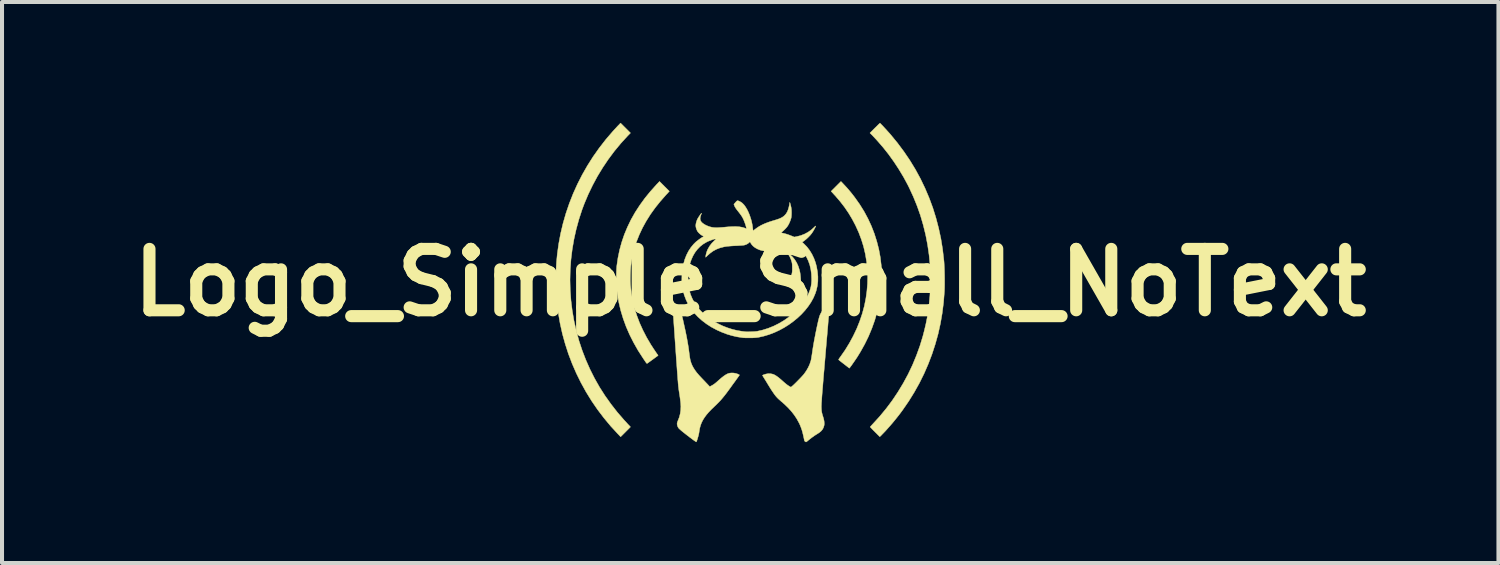
<source format=kicad_pcb>
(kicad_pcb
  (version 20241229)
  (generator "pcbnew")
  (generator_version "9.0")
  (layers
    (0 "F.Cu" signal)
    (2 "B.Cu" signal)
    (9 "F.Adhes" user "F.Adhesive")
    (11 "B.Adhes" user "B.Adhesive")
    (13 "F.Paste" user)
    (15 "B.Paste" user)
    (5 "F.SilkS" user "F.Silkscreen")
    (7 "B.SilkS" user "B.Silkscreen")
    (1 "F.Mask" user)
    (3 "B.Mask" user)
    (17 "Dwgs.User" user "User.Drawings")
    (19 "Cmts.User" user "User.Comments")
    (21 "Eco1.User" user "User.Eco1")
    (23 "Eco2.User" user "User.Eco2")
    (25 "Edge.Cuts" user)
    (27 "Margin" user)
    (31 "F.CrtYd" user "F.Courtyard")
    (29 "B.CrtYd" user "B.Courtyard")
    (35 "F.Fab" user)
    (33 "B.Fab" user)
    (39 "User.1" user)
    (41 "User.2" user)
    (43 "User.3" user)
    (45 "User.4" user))
  (footprint "Logo_Simple_Small_NoText"
    (layer "F.Cu")
    (at 15.574 3.963)
    (property "Reference" "Logo_Simple_Small_NoText" (at 0 0 0) (layer "F.SilkS") (effects (font (size 1.524 1.524) (thickness 0.3))))
    (attr through_hole)
    (fp_poly (pts (xy 0.937 -0.732) (xy 0.954 -0.721) (xy 0.976 -0.704) (xy 1 -0.683) (xy 1.026 -0.659) (xy 1.049 -0.636) (xy 1.054 -0.631) (xy 1.107 -0.565) (xy 1.153 -0.49) (xy 1.191 -0.407) (xy 1.22 -0.316) (xy 1.229 -0.28) (xy 1.237 -0.241) (xy 1.243 -0.198) (xy 1.248 -0.152) (xy 1.252 -0.106) (xy 1.254 -0.061) (xy 1.255 -0.019) (xy 1.254 0.017) (xy 1.251 0.047) (xy 1.247 0.067) (xy 1.242 0.076) (xy 1.234 0.076) (xy 1.223 0.068) (xy 1.21 0.053) (xy 1.171 0.014) (xy 1.127 -0.015) (xy 1.077 -0.033) (xy 1.02 -0.041) (xy 1.006 -0.041) (xy 0.978 -0.042) (xy 0.96 -0.045) (xy 0.95 -0.048) (xy 0.947 -0.052) (xy 0.95 -0.061) (xy 0.959 -0.077) (xy 0.972 -0.099) (xy 0.986 -0.122) (xy 1.005 -0.152) (xy 1.02 -0.179) (xy 1.03 -0.206) (xy 1.037 -0.235) (xy 1.042 -0.269) (xy 1.044 -0.31) (xy 1.044 -0.361) (xy 1.044 -0.368) (xy 1.043 -0.411) (xy 1.042 -0.445) (xy 1.039 -0.472) (xy 1.035 -0.496) (xy 1.029 -0.518) (xy 1.009 -0.579) (xy 0.981 -0.641) (xy 0.948 -0.697) (xy 0.946 -0.7) (xy 0.934 -0.718) (xy 0.927 -0.731) (xy 0.926 -0.737) (xy 0.926 -0.737) (xy 0.937 -0.732)) (stroke (width 0.01) (type solid)) (fill yes) (layer "F.SilkS"))
    (fp_poly (pts (xy -3.096 -3.835) (xy -2.973 -3.712) (xy -3.044 -3.639) (xy -3.212 -3.455) (xy -3.371 -3.263) (xy -3.521 -3.062) (xy -3.661 -2.854) (xy -3.792 -2.639) (xy -3.911 -2.418) (xy -4.02 -2.192) (xy -4.118 -1.96) (xy -4.175 -1.808) (xy -4.254 -1.565) (xy -4.321 -1.32) (xy -4.376 -1.072) (xy -4.419 -0.822) (xy -4.45 -0.57) (xy -4.468 -0.318) (xy -4.474 -0.064) (xy -4.468 0.189) (xy -4.45 0.442) (xy -4.419 0.694) (xy -4.376 0.945) (xy -4.32 1.194) (xy -4.253 1.44) (xy -4.252 1.444) (xy -4.172 1.686) (xy -4.081 1.922) (xy -3.979 2.152) (xy -3.866 2.377) (xy -3.742 2.596) (xy -3.606 2.809) (xy -3.459 3.016) (xy -3.301 3.219) (xy -3.13 3.416) (xy -3.05 3.503) (xy -2.973 3.585) (xy -3.095 3.708) (xy -3.217 3.83) (xy -3.283 3.761) (xy -3.463 3.566) (xy -3.631 3.364) (xy -3.79 3.155) (xy -3.938 2.939) (xy -4.075 2.717) (xy -4.201 2.489) (xy -4.316 2.256) (xy -4.42 2.017) (xy -4.513 1.773) (xy -4.593 1.525) (xy -4.663 1.273) (xy -4.72 1.016) (xy -4.765 0.756) (xy -4.799 0.493) (xy -4.803 0.445) (xy -4.817 0.262) (xy -4.824 0.073) (xy -4.825 -0.121) (xy -4.82 -0.316) (xy -4.809 -0.508) (xy -4.791 -0.694) (xy -4.791 -0.699) (xy -4.755 -0.958) (xy -4.707 -1.215) (xy -4.647 -1.468) (xy -4.575 -1.718) (xy -4.491 -1.964) (xy -4.396 -2.206) (xy -4.289 -2.443) (xy -4.171 -2.675) (xy -4.042 -2.901) (xy -3.902 -3.122) (xy -3.751 -3.336) (xy -3.59 -3.544) (xy -3.418 -3.745) (xy -3.291 -3.883) (xy -3.219 -3.958) (xy -3.096 -3.835)) (stroke (width 0.01) (type solid)) (fill yes) (layer "F.SilkS"))
    (fp_poly (pts (xy 2.318 -2.44) (xy 2.376 -2.378) (xy 2.438 -2.308) (xy 2.5 -2.234) (xy 2.56 -2.158) (xy 2.596 -2.111) (xy 2.717 -1.94) (xy 2.826 -1.765) (xy 2.923 -1.584) (xy 3.008 -1.4) (xy 3.081 -1.212) (xy 3.142 -1.019) (xy 3.192 -0.824) (xy 3.229 -0.624) (xy 3.253 -0.422) (xy 3.257 -0.375) (xy 3.26 -0.33) (xy 3.262 -0.276) (xy 3.263 -0.215) (xy 3.264 -0.151) (xy 3.263 -0.085) (xy 3.263 -0.022) (xy 3.261 0.036) (xy 3.259 0.085) (xy 3.257 0.108) (xy 3.234 0.318) (xy 3.199 0.526) (xy 3.151 0.732) (xy 3.091 0.937) (xy 3.019 1.139) (xy 2.936 1.338) (xy 2.84 1.534) (xy 2.733 1.725) (xy 2.66 1.844) (xy 2.639 1.876) (xy 2.613 1.914) (xy 2.586 1.954) (xy 2.558 1.994) (xy 2.531 2.033) (xy 2.506 2.068) (xy 2.485 2.096) (xy 2.472 2.113) (xy 2.461 2.127) (xy 2.337 2.031) (xy 2.302 2.004) (xy 2.27 1.979) (xy 2.242 1.957) (xy 2.22 1.94) (xy 2.206 1.928) (xy 2.201 1.924) (xy 2.196 1.919) (xy 2.195 1.914) (xy 2.197 1.906) (xy 2.204 1.894) (xy 2.216 1.876) (xy 2.235 1.85) (xy 2.24 1.843) (xy 2.355 1.678) (xy 2.461 1.505) (xy 2.557 1.328) (xy 2.643 1.147) (xy 2.717 0.963) (xy 2.78 0.777) (xy 2.831 0.59) (xy 2.836 0.568) (xy 2.871 0.392) (xy 2.896 0.212) (xy 2.911 0.03) (xy 2.915 -0.152) (xy 2.908 -0.331) (xy 2.89 -0.506) (xy 2.888 -0.521) (xy 2.857 -0.708) (xy 2.814 -0.891) (xy 2.759 -1.068) (xy 2.693 -1.243) (xy 2.614 -1.417) (xy 2.613 -1.419) (xy 2.53 -1.576) (xy 2.44 -1.726) (xy 2.341 -1.871) (xy 2.232 -2.012) (xy 2.112 -2.152) (xy 2.073 -2.194) (xy 2.008 -2.265) (xy 2.13 -2.387) (xy 2.252 -2.509) (xy 2.318 -2.44)) (stroke (width 0.01) (type solid)) (fill yes) (layer "F.SilkS"))
    (fp_poly (pts (xy -2.13 -2.387) (xy -2.008 -2.265) (xy -2.091 -2.175) (xy -2.232 -2.015) (xy -2.361 -1.854) (xy -2.478 -1.691) (xy -2.582 -1.525) (xy -2.674 -1.358) (xy -2.754 -1.188) (xy -2.822 -1.016) (xy -2.878 -0.841) (xy -2.922 -0.664) (xy -2.954 -0.483) (xy -2.963 -0.416) (xy -2.967 -0.367) (xy -2.971 -0.308) (xy -2.974 -0.242) (xy -2.976 -0.173) (xy -2.977 -0.105) (xy -2.977 -0.039) (xy -2.975 0.021) (xy -2.972 0.07) (xy -2.952 0.258) (xy -2.919 0.445) (xy -2.874 0.631) (xy -2.817 0.815) (xy -2.748 0.999) (xy -2.666 1.181) (xy -2.572 1.363) (xy -2.465 1.545) (xy -2.392 1.657) (xy -2.37 1.689) (xy -2.349 1.721) (xy -2.33 1.749) (xy -2.315 1.77) (xy -2.31 1.777) (xy -2.297 1.794) (xy -2.289 1.807) (xy -2.287 1.812) (xy -2.293 1.816) (xy -2.307 1.827) (xy -2.329 1.843) (xy -2.357 1.863) (xy -2.389 1.887) (xy -2.422 1.911) (xy -2.458 1.937) (xy -2.491 1.961) (xy -2.519 1.981) (xy -2.541 1.997) (xy -2.556 2.007) (xy -2.561 2.01) (xy -2.57 2.007) (xy -2.579 1.998) (xy -2.585 1.989) (xy -2.598 1.971) (xy -2.615 1.946) (xy -2.635 1.916) (xy -2.658 1.883) (xy -2.662 1.876) (xy -2.786 1.684) (xy -2.896 1.49) (xy -2.995 1.294) (xy -3.081 1.096) (xy -3.154 0.896) (xy -3.215 0.694) (xy -3.263 0.491) (xy -3.298 0.285) (xy -3.312 0.175) (xy -3.317 0.123) (xy -3.32 0.062) (xy -3.322 -0.005) (xy -3.324 -0.077) (xy -3.324 -0.15) (xy -3.323 -0.222) (xy -3.321 -0.29) (xy -3.318 -0.351) (xy -3.314 -0.402) (xy -3.313 -0.41) (xy -3.284 -0.61) (xy -3.243 -0.808) (xy -3.19 -1.001) (xy -3.125 -1.192) (xy -3.047 -1.379) (xy -2.958 -1.563) (xy -2.856 -1.743) (xy -2.741 -1.92) (xy -2.615 -2.094) (xy -2.476 -2.264) (xy -2.332 -2.425) (xy -2.252 -2.509) (xy -2.13 -2.387)) (stroke (width 0.01) (type solid)) (fill yes) (layer "F.SilkS"))
    (fp_poly (pts (xy 3.226 -3.952) (xy 3.239 -3.939) (xy 3.258 -3.919) (xy 3.283 -3.894) (xy 3.31 -3.865) (xy 3.34 -3.832) (xy 3.372 -3.798) (xy 3.403 -3.763) (xy 3.434 -3.729) (xy 3.462 -3.698) (xy 3.486 -3.67) (xy 3.656 -3.463) (xy 3.815 -3.25) (xy 3.963 -3.032) (xy 4.1 -2.807) (xy 4.225 -2.578) (xy 4.338 -2.343) (xy 4.44 -2.103) (xy 4.531 -1.858) (xy 4.609 -1.608) (xy 4.676 -1.353) (xy 4.732 -1.094) (xy 4.775 -0.83) (xy 4.806 -0.562) (xy 4.811 -0.514) (xy 4.814 -0.464) (xy 4.817 -0.404) (xy 4.82 -0.335) (xy 4.822 -0.261) (xy 4.824 -0.183) (xy 4.825 -0.103) (xy 4.825 -0.025) (xy 4.825 0.05) (xy 4.824 0.12) (xy 4.822 0.182) (xy 4.82 0.229) (xy 4.799 0.496) (xy 4.766 0.759) (xy 4.721 1.019) (xy 4.664 1.276) (xy 4.594 1.528) (xy 4.513 1.777) (xy 4.42 2.021) (xy 4.316 2.26) (xy 4.2 2.495) (xy 4.072 2.724) (xy 3.933 2.948) (xy 3.783 3.166) (xy 3.696 3.283) (xy 3.647 3.345) (xy 3.594 3.411) (xy 3.538 3.479) (xy 3.48 3.547) (xy 3.422 3.612) (xy 3.367 3.674) (xy 3.315 3.729) (xy 3.269 3.776) (xy 3.263 3.783) (xy 3.216 3.829) (xy 3.097 3.71) (xy 3.065 3.678) (xy 3.037 3.649) (xy 3.013 3.624) (xy 2.994 3.604) (xy 2.982 3.591) (xy 2.978 3.585) (xy 2.982 3.579) (xy 2.994 3.565) (xy 3.011 3.546) (xy 3.032 3.524) (xy 3.038 3.517) (xy 3.211 3.328) (xy 3.373 3.132) (xy 3.526 2.928) (xy 3.667 2.717) (xy 3.798 2.5) (xy 3.919 2.277) (xy 4.028 2.048) (xy 4.125 1.813) (xy 4.212 1.574) (xy 4.286 1.331) (xy 4.325 1.18) (xy 4.36 1.031) (xy 4.39 0.882) (xy 4.415 0.73) (xy 4.437 0.572) (xy 4.455 0.407) (xy 4.465 0.289) (xy 4.468 0.252) (xy 4.469 0.205) (xy 4.471 0.149) (xy 4.472 0.086) (xy 4.473 0.019) (xy 4.473 -0.051) (xy 4.473 -0.121) (xy 4.472 -0.189) (xy 4.471 -0.254) (xy 4.47 -0.314) (xy 4.468 -0.366) (xy 4.466 -0.408) (xy 4.465 -0.419) (xy 4.44 -0.679) (xy 4.403 -0.934) (xy 4.355 -1.183) (xy 4.295 -1.426) (xy 4.225 -1.666) (xy 4.142 -1.901) (xy 4.048 -2.132) (xy 3.942 -2.361) (xy 3.913 -2.419) (xy 3.807 -2.616) (xy 3.691 -2.809) (xy 3.567 -2.998) (xy 3.435 -3.182) (xy 3.296 -3.357) (xy 3.152 -3.523) (xy 3.05 -3.633) (xy 2.972 -3.712) (xy 3.094 -3.834) (xy 3.127 -3.866) (xy 3.156 -3.895) (xy 3.181 -3.92) (xy 3.201 -3.939) (xy 3.215 -3.951) (xy 3.22 -3.956) (xy 3.221 -3.956) (xy 3.226 -3.952)) (stroke (width 0.01) (type solid)) (fill yes) (layer "F.SilkS"))
    (fp_poly (pts (xy 1.849 0.618) (xy 1.867 0.622) (xy 1.889 0.628) (xy 1.912 0.635) (xy 1.935 0.642) (xy 1.952 0.647) (xy 1.96 0.65) (xy 1.961 0.651) (xy 1.961 0.657) (xy 1.96 0.676) (xy 1.958 0.705) (xy 1.954 0.745) (xy 1.951 0.795) (xy 1.946 0.853) (xy 1.94 0.919) (xy 1.934 0.992) (xy 1.928 1.072) (xy 1.92 1.157) (xy 1.913 1.247) (xy 1.905 1.341) (xy 1.899 1.402) (xy 1.884 1.579) (xy 1.87 1.744) (xy 1.857 1.897) (xy 1.845 2.038) (xy 1.834 2.169) (xy 1.823 2.289) (xy 1.814 2.398) (xy 1.806 2.498) (xy 1.799 2.589) (xy 1.792 2.671) (xy 1.786 2.744) (xy 1.781 2.809) (xy 1.777 2.866) (xy 1.774 2.916) (xy 1.771 2.959) (xy 1.768 2.996) (xy 1.767 3.026) (xy 1.766 3.051) (xy 1.765 3.071) (xy 1.765 3.078) (xy 1.767 3.138) (xy 1.771 3.191) (xy 1.78 3.24) (xy 1.793 3.289) (xy 1.803 3.319) (xy 1.822 3.382) (xy 1.834 3.441) (xy 1.838 3.494) (xy 1.836 3.539) (xy 1.836 3.539) (xy 1.821 3.593) (xy 1.797 3.642) (xy 1.762 3.685) (xy 1.715 3.725) (xy 1.667 3.756) (xy 1.6 3.798) (xy 1.527 3.85) (xy 1.457 3.905) (xy 1.43 3.928) (xy 1.411 3.943) (xy 1.398 3.953) (xy 1.389 3.957) (xy 1.382 3.958) (xy 1.376 3.955) (xy 1.368 3.95) (xy 1.367 3.95) (xy 1.352 3.938) (xy 1.344 3.924) (xy 1.344 3.923) (xy 1.328 3.843) (xy 1.312 3.773) (xy 1.297 3.712) (xy 1.281 3.657) (xy 1.263 3.606) (xy 1.244 3.557) (xy 1.222 3.507) (xy 1.21 3.483) (xy 1.157 3.386) (xy 1.095 3.292) (xy 1.024 3.201) (xy 0.943 3.111) (xy 0.851 3.022) (xy 0.762 2.945) (xy 0.729 2.916) (xy 0.698 2.888) (xy 0.669 2.859) (xy 0.641 2.828) (xy 0.613 2.793) (xy 0.584 2.753) (xy 0.553 2.708) (xy 0.518 2.655) (xy 0.48 2.594) (xy 0.437 2.524) (xy 0.426 2.505) (xy 0.402 2.466) (xy 0.379 2.428) (xy 0.358 2.395) (xy 0.341 2.367) (xy 0.329 2.348) (xy 0.323 2.339) (xy 0.313 2.322) (xy 0.306 2.31) (xy 0.305 2.306) (xy 0.311 2.3) (xy 0.327 2.292) (xy 0.353 2.283) (xy 0.385 2.273) (xy 0.4 2.27) (xy 0.449 2.262) (xy 0.501 2.263) (xy 0.552 2.273) (xy 0.573 2.279) (xy 0.611 2.297) (xy 0.652 2.322) (xy 0.699 2.356) (xy 0.751 2.399) (xy 0.784 2.428) (xy 0.837 2.475) (xy 0.882 2.513) (xy 0.92 2.543) (xy 0.954 2.566) (xy 0.98 2.582) (xy 1.01 2.598) (xy 1.04 2.574) (xy 1.062 2.555) (xy 1.091 2.528) (xy 1.124 2.496) (xy 1.161 2.459) (xy 1.198 2.421) (xy 1.235 2.383) (xy 1.27 2.346) (xy 1.301 2.312) (xy 1.326 2.284) (xy 1.343 2.262) (xy 1.344 2.261) (xy 1.399 2.181) (xy 1.443 2.103) (xy 1.478 2.024) (xy 1.505 1.943) (xy 1.51 1.921) (xy 1.516 1.89) (xy 1.522 1.853) (xy 1.529 1.812) (xy 1.534 1.779) (xy 1.557 1.624) (xy 1.585 1.46) (xy 1.618 1.288) (xy 1.626 1.248) (xy 1.644 1.16) (xy 1.66 1.083) (xy 1.675 1.017) (xy 1.687 0.961) (xy 1.699 0.914) (xy 1.709 0.875) (xy 1.718 0.844) (xy 1.727 0.818) (xy 1.735 0.798) (xy 1.737 0.794) (xy 1.749 0.771) (xy 1.763 0.743) (xy 1.779 0.714) (xy 1.796 0.686) (xy 1.811 0.659) (xy 1.825 0.637) (xy 1.835 0.622) (xy 1.84 0.616) (xy 1.841 0.616) (xy 1.849 0.618)) (stroke (width 0.01) (type solid)) (fill yes) (layer "F.SilkS"))
    (fp_poly (pts (xy -1.809 0.604) (xy -1.801 0.619) (xy -1.788 0.64) (xy -1.774 0.666) (xy -1.773 0.667) (xy -1.752 0.703) (xy -1.735 0.735) (xy -1.721 0.763) (xy -1.709 0.791) (xy -1.699 0.821) (xy -1.689 0.854) (xy -1.678 0.894) (xy -1.667 0.942) (xy -1.657 0.989) (xy -1.632 1.101) (xy -1.61 1.202) (xy -1.591 1.295) (xy -1.574 1.38) (xy -1.56 1.459) (xy -1.547 1.533) (xy -1.535 1.605) (xy -1.525 1.676) (xy -1.516 1.748) (xy -1.515 1.756) (xy -1.509 1.799) (xy -1.503 1.842) (xy -1.497 1.88) (xy -1.491 1.912) (xy -1.486 1.935) (xy -1.485 1.937) (xy -1.466 2) (xy -1.441 2.06) (xy -1.41 2.118) (xy -1.372 2.177) (xy -1.327 2.238) (xy -1.272 2.302) (xy -1.216 2.362) (xy -1.184 2.396) (xy -1.148 2.433) (xy -1.113 2.47) (xy -1.081 2.504) (xy -1.072 2.513) (xy -1.005 2.585) (xy -0.962 2.562) (xy -0.938 2.549) (xy -0.916 2.535) (xy -0.892 2.519) (xy -0.867 2.5) (xy -0.837 2.475) (xy -0.801 2.443) (xy -0.772 2.417) (xy -0.709 2.363) (xy -0.652 2.319) (xy -0.602 2.286) (xy -0.557 2.263) (xy -0.549 2.26) (xy -0.507 2.249) (xy -0.458 2.245) (xy -0.408 2.247) (xy -0.36 2.256) (xy -0.346 2.26) (xy -0.314 2.271) (xy -0.289 2.282) (xy -0.273 2.29) (xy -0.267 2.296) (xy -0.267 2.296) (xy -0.27 2.302) (xy -0.28 2.317) (xy -0.295 2.338) (xy -0.313 2.364) (xy -0.323 2.377) (xy -0.343 2.405) (xy -0.368 2.44) (xy -0.397 2.48) (xy -0.429 2.523) (xy -0.46 2.566) (xy -0.478 2.592) (xy -0.535 2.67) (xy -0.586 2.739) (xy -0.633 2.8) (xy -0.677 2.854) (xy -0.719 2.904) (xy -0.761 2.95) (xy -0.804 2.994) (xy -0.849 3.039) (xy -0.885 3.073) (xy -0.963 3.148) (xy -1.031 3.219) (xy -1.089 3.287) (xy -1.137 3.352) (xy -1.177 3.417) (xy -1.21 3.483) (xy -1.235 3.55) (xy -1.254 3.62) (xy -1.267 3.695) (xy -1.27 3.721) (xy -1.274 3.743) (xy -1.28 3.772) (xy -1.288 3.805) (xy -1.298 3.84) (xy -1.308 3.874) (xy -1.318 3.906) (xy -1.327 3.932) (xy -1.335 3.95) (xy -1.339 3.957) (xy -1.345 3.954) (xy -1.36 3.945) (xy -1.382 3.93) (xy -1.41 3.91) (xy -1.443 3.886) (xy -1.48 3.858) (xy -1.486 3.854) (xy -1.554 3.802) (xy -1.614 3.755) (xy -1.666 3.714) (xy -1.709 3.679) (xy -1.743 3.649) (xy -1.767 3.627) (xy -1.78 3.612) (xy -1.792 3.593) (xy -1.803 3.569) (xy -1.806 3.561) (xy -1.814 3.529) (xy -1.816 3.5) (xy -1.81 3.47) (xy -1.797 3.435) (xy -1.791 3.421) (xy -1.761 3.344) (xy -1.739 3.259) (xy -1.726 3.17) (xy -1.722 3.079) (xy -1.724 3.042) (xy -1.726 3.004) (xy -1.73 2.963) (xy -1.736 2.916) (xy -1.743 2.861) (xy -1.752 2.797) (xy -1.764 2.723) (xy -1.768 2.696) (xy -1.771 2.675) (xy -1.774 2.654) (xy -1.777 2.629) (xy -1.78 2.602) (xy -1.784 2.572) (xy -1.787 2.536) (xy -1.791 2.496) (xy -1.794 2.45) (xy -1.799 2.397) (xy -1.803 2.337) (xy -1.808 2.269) (xy -1.814 2.192) (xy -1.82 2.106) (xy -1.827 2.009) (xy -1.835 1.902) (xy -1.843 1.783) (xy -1.848 1.714) (xy -1.857 1.578) (xy -1.866 1.453) (xy -1.874 1.34) (xy -1.881 1.238) (xy -1.887 1.146) (xy -1.893 1.064) (xy -1.898 0.992) (xy -1.902 0.928) (xy -1.906 0.872) (xy -1.909 0.824) (xy -1.912 0.783) (xy -1.914 0.748) (xy -1.915 0.719) (xy -1.917 0.696) (xy -1.917 0.677) (xy -1.918 0.663) (xy -1.918 0.652) (xy -1.918 0.645) (xy -1.918 0.64) (xy -1.917 0.636) (xy -1.916 0.635) (xy -1.916 0.634) (xy -1.915 0.634) (xy -1.907 0.63) (xy -1.89 0.623) (xy -1.87 0.616) (xy -1.848 0.609) (xy -1.829 0.603) (xy -1.817 0.599) (xy -1.813 0.599) (xy -1.809 0.604)) (stroke (width 0.01) (type solid)) (fill yes) (layer "F.SilkS"))
    (fp_poly (pts (xy -0.298 -2.028) (xy -0.273 -2.018) (xy -0.246 -2.004) (xy -0.219 -1.988) (xy -0.196 -1.97) (xy -0.193 -1.967) (xy -0.154 -1.927) (xy -0.118 -1.878) (xy -0.083 -1.821) (xy -0.049 -1.753) (xy -0.022 -1.689) (xy -0.002 -1.633) (xy 0.018 -1.572) (xy 0.035 -1.508) (xy 0.048 -1.446) (xy 0.057 -1.394) (xy 0.06 -1.364) (xy 0.064 -1.336) (xy 0.067 -1.315) (xy 0.067 -1.31) (xy 0.071 -1.283) (xy 0.11 -1.314) (xy 0.161 -1.352) (xy 0.212 -1.386) (xy 0.264 -1.416) (xy 0.32 -1.444) (xy 0.381 -1.47) (xy 0.449 -1.496) (xy 0.527 -1.522) (xy 0.6 -1.544) (xy 0.662 -1.563) (xy 0.714 -1.581) (xy 0.756 -1.599) (xy 0.792 -1.618) (xy 0.822 -1.638) (xy 0.849 -1.661) (xy 0.857 -1.669) (xy 0.889 -1.706) (xy 0.915 -1.748) (xy 0.937 -1.798) (xy 0.955 -1.856) (xy 0.971 -1.924) (xy 0.976 -1.956) (xy 0.982 -1.991) (xy 0.993 -1.956) (xy 1.007 -1.903) (xy 1.017 -1.854) (xy 1.023 -1.804) (xy 1.025 -1.748) (xy 1.025 -1.727) (xy 1.024 -1.684) (xy 1.022 -1.651) (xy 1.019 -1.622) (xy 1.014 -1.597) (xy 1.01 -1.584) (xy 0.997 -1.542) (xy 0.978 -1.496) (xy 0.957 -1.451) (xy 0.935 -1.412) (xy 0.927 -1.4) (xy 0.903 -1.368) (xy 0.872 -1.334) (xy 0.838 -1.3) (xy 0.806 -1.271) (xy 0.796 -1.263) (xy 0.761 -1.236) (xy 0.811 -1.225) (xy 0.862 -1.213) (xy 0.912 -1.198) (xy 0.965 -1.18) (xy 1.021 -1.158) (xy 1.093 -1.129) (xy 1.152 -1.14) (xy 1.251 -1.165) (xy 1.346 -1.202) (xy 1.434 -1.249) (xy 1.515 -1.306) (xy 1.58 -1.365) (xy 1.599 -1.383) (xy 1.614 -1.397) (xy 1.623 -1.403) (xy 1.626 -1.403) (xy 1.622 -1.391) (xy 1.614 -1.371) (xy 1.601 -1.344) (xy 1.585 -1.315) (xy 1.568 -1.284) (xy 1.55 -1.256) (xy 1.534 -1.231) (xy 1.529 -1.223) (xy 1.49 -1.175) (xy 1.443 -1.126) (xy 1.393 -1.079) (xy 1.344 -1.04) (xy 1.338 -1.035) (xy 1.289 -1.001) (xy 1.333 -0.961) (xy 1.408 -0.884) (xy 1.474 -0.798) (xy 1.532 -0.703) (xy 1.581 -0.601) (xy 1.621 -0.492) (xy 1.647 -0.394) (xy 1.669 -0.268) (xy 1.68 -0.147) (xy 1.679 -0.03) (xy 1.666 0.083) (xy 1.641 0.193) (xy 1.615 0.272) (xy 1.569 0.38) (xy 1.51 0.487) (xy 1.44 0.591) (xy 1.361 0.691) (xy 1.272 0.788) (xy 1.175 0.879) (xy 1.07 0.965) (xy 0.959 1.046) (xy 0.843 1.119) (xy 0.721 1.185) (xy 0.596 1.243) (xy 0.467 1.292) (xy 0.337 1.331) (xy 0.205 1.361) (xy 0.197 1.362) (xy 0.159 1.367) (xy 0.111 1.371) (xy 0.057 1.374) (xy -0.001 1.375) (xy -0.058 1.375) (xy -0.114 1.374) (xy -0.163 1.372) (xy -0.197 1.368) (xy -0.328 1.348) (xy -0.453 1.319) (xy -0.576 1.283) (xy -0.698 1.237) (xy -0.823 1.181) (xy -0.841 1.172) (xy -0.97 1.103) (xy -1.089 1.026) (xy -1.198 0.943) (xy -1.298 0.853) (xy -1.387 0.758) (xy -1.466 0.656) (xy -1.534 0.549) (xy -1.59 0.438) (xy -1.635 0.321) (xy -1.638 0.313) (xy -1.669 0.195) (xy -1.69 0.072) (xy -1.698 -0.055) (xy -1.698 -0.097) (xy -1.543 -0.097) (xy -1.542 -0.039) (xy -1.54 0.014) (xy -1.536 0.061) (xy -1.533 0.087) (xy -1.512 0.198) (xy -1.48 0.302) (xy -1.438 0.402) (xy -1.385 0.5) (xy -1.319 0.597) (xy -1.312 0.606) (xy -1.268 0.661) (xy -1.214 0.718) (xy -1.153 0.776) (xy -1.087 0.833) (xy -1.02 0.886) (xy -0.953 0.934) (xy -0.911 0.96) (xy -0.802 1.021) (xy -0.687 1.076) (xy -0.567 1.123) (xy -0.445 1.162) (xy -0.325 1.191) (xy -0.208 1.211) (xy -0.196 1.212) (xy -0.167 1.216) (xy -0.141 1.219) (xy -0.122 1.221) (xy -0.117 1.222) (xy -0.097 1.223) (xy -0.067 1.224) (xy -0.03 1.223) (xy 0.012 1.222) (xy 0.054 1.22) (xy 0.096 1.218) (xy 0.132 1.215) (xy 0.162 1.212) (xy 0.175 1.21) (xy 0.311 1.179) (xy 0.447 1.136) (xy 0.581 1.082) (xy 0.711 1.017) (xy 0.838 0.942) (xy 0.959 0.857) (xy 1.073 0.764) (xy 1.156 0.686) (xy 1.235 0.602) (xy 1.303 0.519) (xy 1.362 0.435) (xy 1.412 0.347) (xy 1.429 0.314) (xy 1.464 0.238) (xy 1.49 0.166) (xy 1.508 0.097) (xy 1.519 0.025) (xy 1.524 -0.052) (xy 1.524 -0.088) (xy 1.519 -0.212) (xy 1.503 -0.33) (xy 1.477 -0.44) (xy 1.44 -0.542) (xy 1.393 -0.638) (xy 1.336 -0.726) (xy 1.268 -0.807) (xy 1.25 -0.825) (xy 1.226 -0.848) (xy 1.203 -0.87) (xy 1.182 -0.888) (xy 1.17 -0.898) (xy 1.143 -0.916) (xy 1.075 -0.887) (xy 0.97 -0.847) (xy 0.863 -0.816) (xy 0.756 -0.792) (xy 0.65 -0.777) (xy 0.547 -0.769) (xy 0.449 -0.771) (xy 0.356 -0.78) (xy 0.269 -0.799) (xy 0.236 -0.809) (xy 0.174 -0.835) (xy 0.118 -0.867) (xy 0.071 -0.904) (xy 0.034 -0.945) (xy 0.018 -0.97) (xy 0.007 -0.988) (xy -0.002 -1.002) (xy -0.007 -1.007) (xy -0.014 -1.005) (xy -0.026 -0.995) (xy -0.031 -0.989) (xy -0.057 -0.967) (xy -0.093 -0.947) (xy -0.134 -0.932) (xy -0.146 -0.929) (xy -0.162 -0.926) (xy -0.189 -0.923) (xy -0.224 -0.92) (xy -0.265 -0.918) (xy -0.308 -0.915) (xy -0.33 -0.914) (xy -0.403 -0.911) (xy -0.466 -0.907) (xy -0.518 -0.903) (xy -0.564 -0.899) (xy -0.603 -0.894) (xy -0.638 -0.888) (xy -0.653 -0.885) (xy -0.75 -0.86) (xy -0.838 -0.826) (xy -0.92 -0.782) (xy -0.996 -0.727) (xy -1.053 -0.677) (xy -1.105 -0.626) (xy -1.105 -0.649) (xy -1.102 -0.676) (xy -1.094 -0.711) (xy -1.083 -0.751) (xy -1.069 -0.791) (xy -1.054 -0.825) (xy -1.009 -0.904) (xy -0.954 -0.976) (xy -0.888 -1.042) (xy -0.884 -1.045) (xy -0.864 -1.063) (xy -0.854 -1.074) (xy -0.854 -1.079) (xy -0.864 -1.081) (xy -0.879 -1.08) (xy -0.898 -1.076) (xy -0.925 -1.068) (xy -0.957 -1.057) (xy -0.993 -1.043) (xy -1.029 -1.029) (xy -1.062 -1.015) (xy -1.085 -1.003) (xy -1.169 -0.953) (xy -1.245 -0.893) (xy -1.313 -0.823) (xy -1.373 -0.744) (xy -1.424 -0.656) (xy -1.466 -0.56) (xy -1.5 -0.455) (xy -1.524 -0.341) (xy -1.536 -0.253) (xy -1.54 -0.207) (xy -1.542 -0.154) (xy -1.543 -0.097) (xy -1.698 -0.097) (xy -1.696 -0.187) (xy -1.683 -0.323) (xy -1.68 -0.345) (xy -1.656 -0.463) (xy -1.624 -0.576) (xy -1.582 -0.682) (xy -1.532 -0.78) (xy -1.473 -0.87) (xy -1.406 -0.951) (xy -1.357 -1) (xy -1.335 -1.019) (xy -1.308 -1.04) (xy -1.278 -1.063) (xy -1.248 -1.085) (xy -1.219 -1.105) (xy -1.194 -1.121) (xy -1.175 -1.131) (xy -1.169 -1.133) (xy -1.159 -1.138) (xy -1.158 -1.143) (xy -1.166 -1.151) (xy -1.185 -1.161) (xy -1.19 -1.164) (xy -1.228 -1.188) (xy -1.265 -1.22) (xy -1.297 -1.254) (xy -1.313 -1.277) (xy -1.33 -1.314) (xy -1.344 -1.354) (xy -1.351 -1.394) (xy -1.352 -1.413) (xy -1.349 -1.452) (xy -1.339 -1.497) (xy -1.324 -1.542) (xy -1.312 -1.571) (xy -1.301 -1.591) (xy -1.287 -1.614) (xy -1.271 -1.639) (xy -1.254 -1.664) (xy -1.238 -1.687) (xy -1.225 -1.705) (xy -1.214 -1.717) (xy -1.209 -1.72) (xy -1.21 -1.713) (xy -1.215 -1.698) (xy -1.223 -1.677) (xy -1.224 -1.676) (xy -1.239 -1.627) (xy -1.244 -1.582) (xy -1.237 -1.543) (xy -1.235 -1.54) (xy -1.218 -1.51) (xy -1.19 -1.48) (xy -1.152 -1.452) (xy -1.108 -1.426) (xy -1.057 -1.403) (xy -1.004 -1.384) (xy -0.948 -1.37) (xy -0.911 -1.365) (xy -0.889 -1.363) (xy -0.865 -1.362) (xy -0.838 -1.362) (xy -0.806 -1.362) (xy -0.769 -1.364) (xy -0.724 -1.367) (xy -0.67 -1.371) (xy -0.606 -1.377) (xy -0.549 -1.382) (xy -0.447 -1.388) (xy -0.355 -1.389) (xy -0.274 -1.384) (xy -0.203 -1.372) (xy -0.144 -1.355) (xy -0.128 -1.349) (xy -0.094 -1.333) (xy -0.098 -1.359) (xy -0.104 -1.387) (xy -0.114 -1.423) (xy -0.128 -1.464) (xy -0.143 -1.506) (xy -0.159 -1.546) (xy -0.168 -1.566) (xy -0.182 -1.595) (xy -0.196 -1.621) (xy -0.21 -1.645) (xy -0.228 -1.671) (xy -0.249 -1.7) (xy -0.276 -1.736) (xy -0.292 -1.756) (xy -0.322 -1.794) (xy -0.345 -1.824) (xy -0.362 -1.849) (xy -0.375 -1.87) (xy -0.385 -1.888) (xy -0.393 -1.907) (xy -0.394 -1.91) (xy -0.406 -1.942) (xy -0.368 -1.987) (xy -0.345 -2.012) (xy -0.328 -2.027) (xy -0.316 -2.032) (xy -0.298 -2.028)) (stroke (width 0.01) (type solid)) (fill yes) (layer "F.SilkS")))
  (gr_rect
    (start -3 -3)
    (end 34.148 10.926)
    (stroke (width 0.1) (type default))
    (fill no)
    (layer "Edge.Cuts")))
</source>
